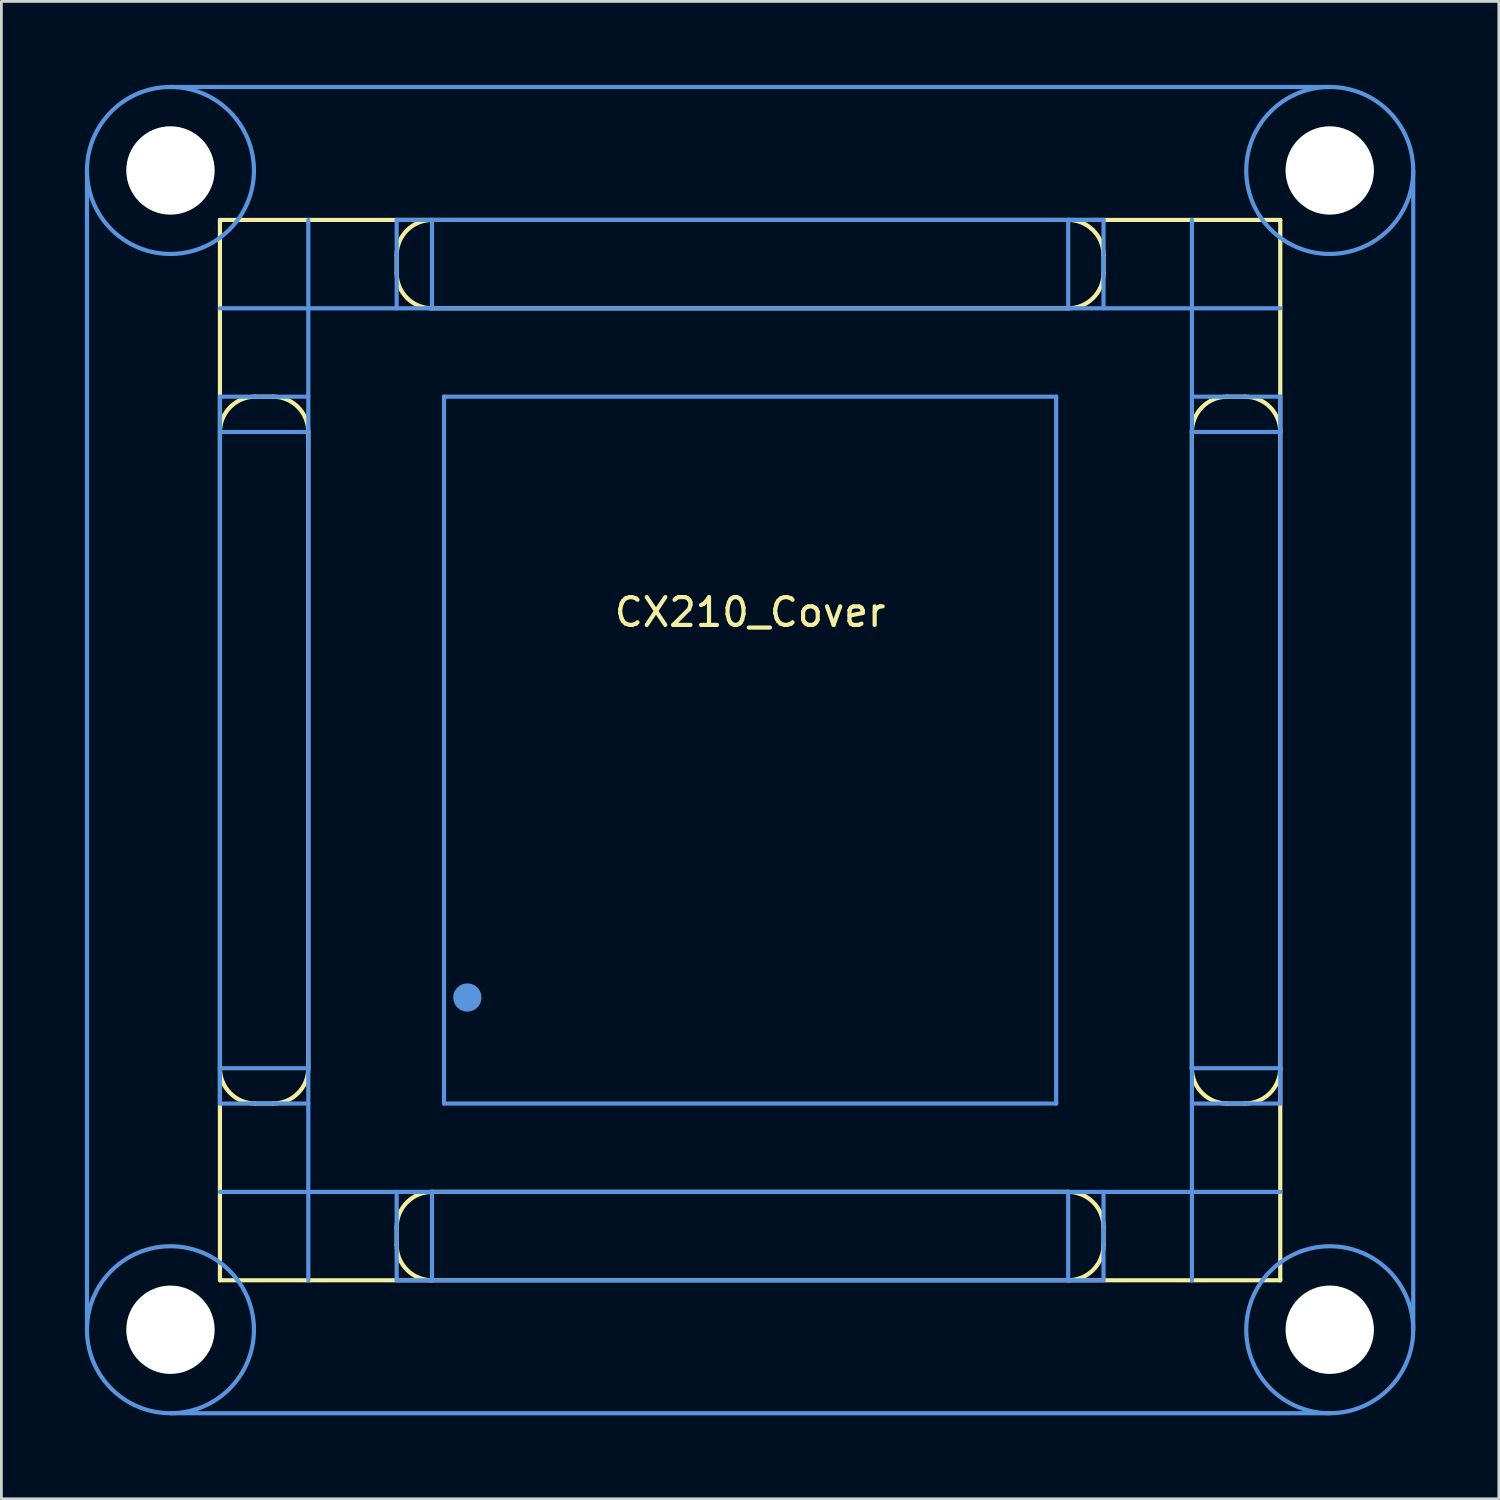
<source format=kicad_pcb>
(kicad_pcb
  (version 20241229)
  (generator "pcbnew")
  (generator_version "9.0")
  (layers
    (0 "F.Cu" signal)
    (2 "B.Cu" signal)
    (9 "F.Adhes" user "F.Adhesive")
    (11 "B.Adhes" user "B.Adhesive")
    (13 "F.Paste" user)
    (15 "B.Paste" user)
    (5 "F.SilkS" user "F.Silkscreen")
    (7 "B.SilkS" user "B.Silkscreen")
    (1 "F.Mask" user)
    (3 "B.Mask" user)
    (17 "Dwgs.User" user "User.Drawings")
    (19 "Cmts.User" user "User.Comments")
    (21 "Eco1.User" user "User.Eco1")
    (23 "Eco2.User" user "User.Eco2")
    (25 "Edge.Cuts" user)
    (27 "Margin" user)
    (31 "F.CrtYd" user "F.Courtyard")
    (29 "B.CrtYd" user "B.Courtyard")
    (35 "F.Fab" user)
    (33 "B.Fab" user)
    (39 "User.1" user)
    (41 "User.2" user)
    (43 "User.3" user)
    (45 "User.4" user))
  (footprint "CX210_Cover"
    (layer "F.Cu")
    (at 23.903 23.903)
    (property "Reference" "CX210_Cover" (at 0 -4.953 0) (layer "F.SilkS") (effects (font (size 1 1) (thickness 0.15))))
    (attr through_hole)
    (fp_line (start -19.05 -19.05) (end 19.05 -19.05) (stroke (width 0.15) (type solid)) (layer "F.SilkS"))
    (fp_line (start -19.05 19.05) (end -19.05 -19.05) (stroke (width 0.15) (type solid)) (layer "F.SilkS"))
    (fp_line (start -17.78 12.7) (end -17.145 12.7) (stroke (width 0.15) (type solid)) (layer "F.SilkS"))
    (fp_line (start -17.145 -12.7) (end -17.78 -12.7) (stroke (width 0.15) (type solid)) (layer "F.SilkS"))
    (fp_line (start -15.875 -11.43) (end -15.875 11.43) (stroke (width 0.15) (type solid)) (layer "F.SilkS"))
    (fp_line (start -12.7 -17.78) (end -12.7 -17.145) (stroke (width 0.15) (type solid)) (layer "F.SilkS"))
    (fp_line (start -12.7 17.145) (end -12.7 17.78) (stroke (width 0.15) (type solid)) (layer "F.SilkS"))
    (fp_line (start 11.43 -15.875) (end -11.43 -15.875) (stroke (width 0.15) (type solid)) (layer "F.SilkS"))
    (fp_line (start 11.43 15.875) (end -11.43 15.875) (stroke (width 0.15) (type solid)) (layer "F.SilkS"))
    (fp_line (start 12.7 -17.78) (end 12.7 -17.145) (stroke (width 0.15) (type solid)) (layer "F.SilkS"))
    (fp_line (start 12.7 17.145) (end 12.7 17.78) (stroke (width 0.15) (type solid)) (layer "F.SilkS"))
    (fp_line (start 15.875 -11.43) (end 15.875 11.43) (stroke (width 0.15) (type solid)) (layer "F.SilkS"))
    (fp_line (start 17.145 -12.7) (end 17.78 -12.7) (stroke (width 0.15) (type solid)) (layer "F.SilkS"))
    (fp_line (start 17.145 12.7) (end 17.78 12.7) (stroke (width 0.15) (type solid)) (layer "F.SilkS"))
    (fp_line (start 19.05 -19.05) (end 19.05 19.05) (stroke (width 0.15) (type solid)) (layer "F.SilkS"))
    (fp_line (start 19.05 19.05) (end -19.05 19.05) (stroke (width 0.15) (type solid)) (layer "F.SilkS"))
    (fp_arc (start -19.05 -11.43) (mid -18.678026 -12.328026) (end -17.78 -12.7) (stroke (width 0.15) (type solid)) (layer "F.SilkS"))
    (fp_arc (start -17.78 12.7) (mid -18.678026 12.328026) (end -19.05 11.43) (stroke (width 0.15) (type solid)) (layer "F.SilkS"))
    (fp_arc (start -17.145 -12.7) (mid -16.246974 -12.328026) (end -15.875 -11.43) (stroke (width 0.15) (type solid)) (layer "F.SilkS"))
    (fp_arc (start -15.875 11.43) (mid -16.246974 12.328026) (end -17.145 12.7) (stroke (width 0.15) (type solid)) (layer "F.SilkS"))
    (fp_arc (start -12.7 -17.78) (mid -12.328026 -18.678026) (end -11.43 -19.05) (stroke (width 0.15) (type solid)) (layer "F.SilkS"))
    (fp_arc (start -12.7 17.145) (mid -12.328026 16.246974) (end -11.43 15.875) (stroke (width 0.15) (type solid)) (layer "F.SilkS"))
    (fp_arc (start -11.43 -15.875) (mid -12.328026 -16.246974) (end -12.7 -17.145) (stroke (width 0.15) (type solid)) (layer "F.SilkS"))
    (fp_arc (start -11.43 19.05) (mid -12.328026 18.678026) (end -12.7 17.78) (stroke (width 0.15) (type solid)) (layer "F.SilkS"))
    (fp_arc (start 11.43 -19.05) (mid 12.328026 -18.678026) (end 12.7 -17.78) (stroke (width 0.15) (type solid)) (layer "F.SilkS"))
    (fp_arc (start 11.43 15.875) (mid 12.328026 16.246974) (end 12.7 17.145) (stroke (width 0.15) (type solid)) (layer "F.SilkS"))
    (fp_arc (start 12.7 -17.145) (mid 12.328026 -16.246974) (end 11.43 -15.875) (stroke (width 0.15) (type solid)) (layer "F.SilkS"))
    (fp_arc (start 12.7 17.78) (mid 12.328026 18.678026) (end 11.43 19.05) (stroke (width 0.15) (type solid)) (layer "F.SilkS"))
    (fp_arc (start 15.875 -11.43) (mid 16.246974 -12.328026) (end 17.145 -12.7) (stroke (width 0.15) (type solid)) (layer "F.SilkS"))
    (fp_arc (start 17.145 12.7) (mid 16.246974 12.328026) (end 15.875 11.43) (stroke (width 0.15) (type solid)) (layer "F.SilkS"))
    (fp_arc (start 17.78 -12.7) (mid 18.678026 -12.328026) (end 19.05 -11.43) (stroke (width 0.15) (type solid)) (layer "F.SilkS"))
    (fp_arc (start 19.05 11.43) (mid 18.678026 12.328026) (end 17.78 12.7) (stroke (width 0.15) (type solid)) (layer "F.SilkS"))
    (fp_line (start -23.828 -20.828) (end -23.828 20.828) (stroke (width 0.15) (type solid)) (layer "Cmts.User"))
    (fp_line (start -20.828 -23.828) (end 20.828 -23.828) (stroke (width 0.15) (type solid)) (layer "Cmts.User"))
    (fp_line (start -20.828 23.828) (end 20.828 23.828) (stroke (width 0.15) (type solid)) (layer "Cmts.User"))
    (fp_line (start -19.05 -15.875) (end 19.05 -15.875) (stroke (width 0.15) (type solid)) (layer "Cmts.User"))
    (fp_line (start -19.05 -12.7) (end -19.05 12.7) (stroke (width 0.15) (type solid)) (layer "Cmts.User"))
    (fp_line (start -19.05 -12.7) (end -15.875 -12.7) (stroke (width 0.15) (type solid)) (layer "Cmts.User"))
    (fp_line (start -19.05 -11.43) (end -15.875 -11.43) (stroke (width 0.15) (type solid)) (layer "Cmts.User"))
    (fp_line (start -19.05 11.43) (end -15.875 11.43) (stroke (width 0.15) (type solid)) (layer "Cmts.User"))
    (fp_line (start -19.05 12.7) (end -15.875 12.7) (stroke (width 0.15) (type solid)) (layer "Cmts.User"))
    (fp_line (start -19.05 15.875) (end 19.05 15.875) (stroke (width 0.15) (type solid)) (layer "Cmts.User"))
    (fp_line (start -15.875 -19.05) (end -15.875 19.05) (stroke (width 0.15) (type solid)) (layer "Cmts.User"))
    (fp_line (start -12.7 -19.05) (end -12.7 -15.875) (stroke (width 0.15) (type solid)) (layer "Cmts.User"))
    (fp_line (start -12.7 -19.05) (end 12.7 -19.05) (stroke (width 0.15) (type solid)) (layer "Cmts.User"))
    (fp_line (start -12.7 19.05) (end -12.7 15.875) (stroke (width 0.15) (type solid)) (layer "Cmts.User"))
    (fp_line (start -12.7 19.05) (end 12.7 19.05) (stroke (width 0.15) (type solid)) (layer "Cmts.User"))
    (fp_line (start -11.43 -19.05) (end -11.43 -15.875) (stroke (width 0.15) (type solid)) (layer "Cmts.User"))
    (fp_line (start -11.43 19.05) (end -11.43 15.875) (stroke (width 0.15) (type solid)) (layer "Cmts.User"))
    (fp_line (start -10.998 -12.7) (end -10.998 12.7) (stroke (width 0.15) (type solid)) (layer "Cmts.User"))
    (fp_line (start -10.998 12.7) (end 10.998 12.7) (stroke (width 0.15) (type solid)) (layer "Cmts.User"))
    (fp_line (start 10.998 -12.7) (end -10.998 -12.7) (stroke (width 0.15) (type solid)) (layer "Cmts.User"))
    (fp_line (start 10.998 12.7) (end 10.998 -12.7) (stroke (width 0.15) (type solid)) (layer "Cmts.User"))
    (fp_line (start 11.43 -19.05) (end 11.43 -15.875) (stroke (width 0.15) (type solid)) (layer "Cmts.User"))
    (fp_line (start 11.43 15.875) (end 11.43 19.05) (stroke (width 0.15) (type solid)) (layer "Cmts.User"))
    (fp_line (start 12.7 -19.05) (end 12.7 -15.875) (stroke (width 0.15) (type solid)) (layer "Cmts.User"))
    (fp_line (start 12.7 15.875) (end 12.7 19.05) (stroke (width 0.15) (type solid)) (layer "Cmts.User"))
    (fp_line (start 15.875 -19.05) (end 15.875 19.05) (stroke (width 0.15) (type solid)) (layer "Cmts.User"))
    (fp_line (start 19.05 -12.7) (end 15.875 -12.7) (stroke (width 0.15) (type solid)) (layer "Cmts.User"))
    (fp_line (start 19.05 -12.7) (end 19.05 12.7) (stroke (width 0.15) (type solid)) (layer "Cmts.User"))
    (fp_line (start 19.05 -11.43) (end 15.875 -11.43) (stroke (width 0.15) (type solid)) (layer "Cmts.User"))
    (fp_line (start 19.05 11.43) (end 15.875 11.43) (stroke (width 0.15) (type solid)) (layer "Cmts.User"))
    (fp_line (start 19.05 12.7) (end 15.875 12.7) (stroke (width 0.15) (type solid)) (layer "Cmts.User"))
    (fp_line (start 23.828 -20.828) (end 23.828 20.828) (stroke (width 0.15) (type solid)) (layer "Cmts.User"))
    (fp_circle (center -20.828 -20.828) (end -17.828 -20.828) (stroke (width 0.15) (type solid)) (fill no) (layer "Cmts.User"))
    (fp_circle (center -20.828 20.828) (end -17.828 20.828) (stroke (width 0.15) (type solid)) (fill no) (layer "Cmts.User"))
    (fp_circle (center -10.16 8.89) (end -9.906 8.89) (stroke (width 0.508) (type solid)) (fill no) (layer "Cmts.User"))
    (fp_circle (center 20.828 -20.828) (end 23.828 -20.828) (stroke (width 0.15) (type solid)) (fill no) (layer "Cmts.User"))
    (fp_circle (center 20.828 20.828) (end 23.828 20.828) (stroke (width 0.15) (type solid)) (fill no) (layer "Cmts.User"))
    (pad "" np_thru_hole circle (at -20.828 -20.828) (size 3.175 3.175) (drill 3.175) (layers "*.Cu" "*.Mask"))
    (pad "" np_thru_hole circle (at -20.828 20.828) (size 3.175 3.175) (drill 3.175) (layers "*.Cu" "*.Mask"))
    (pad "" np_thru_hole circle (at 20.828 -20.828) (size 3.175 3.175) (drill 3.175) (layers "*.Cu" "*.Mask"))
    (pad "" np_thru_hole circle (at 20.828 20.828) (size 3.175 3.175) (drill 3.175) (layers "*.Cu" "*.Mask")))
  (gr_rect
    (start -3 -3)
    (end 50.806 50.806)
    (stroke (width 0.1) (type default))
    (fill no)
    (layer "Edge.Cuts")))
</source>
